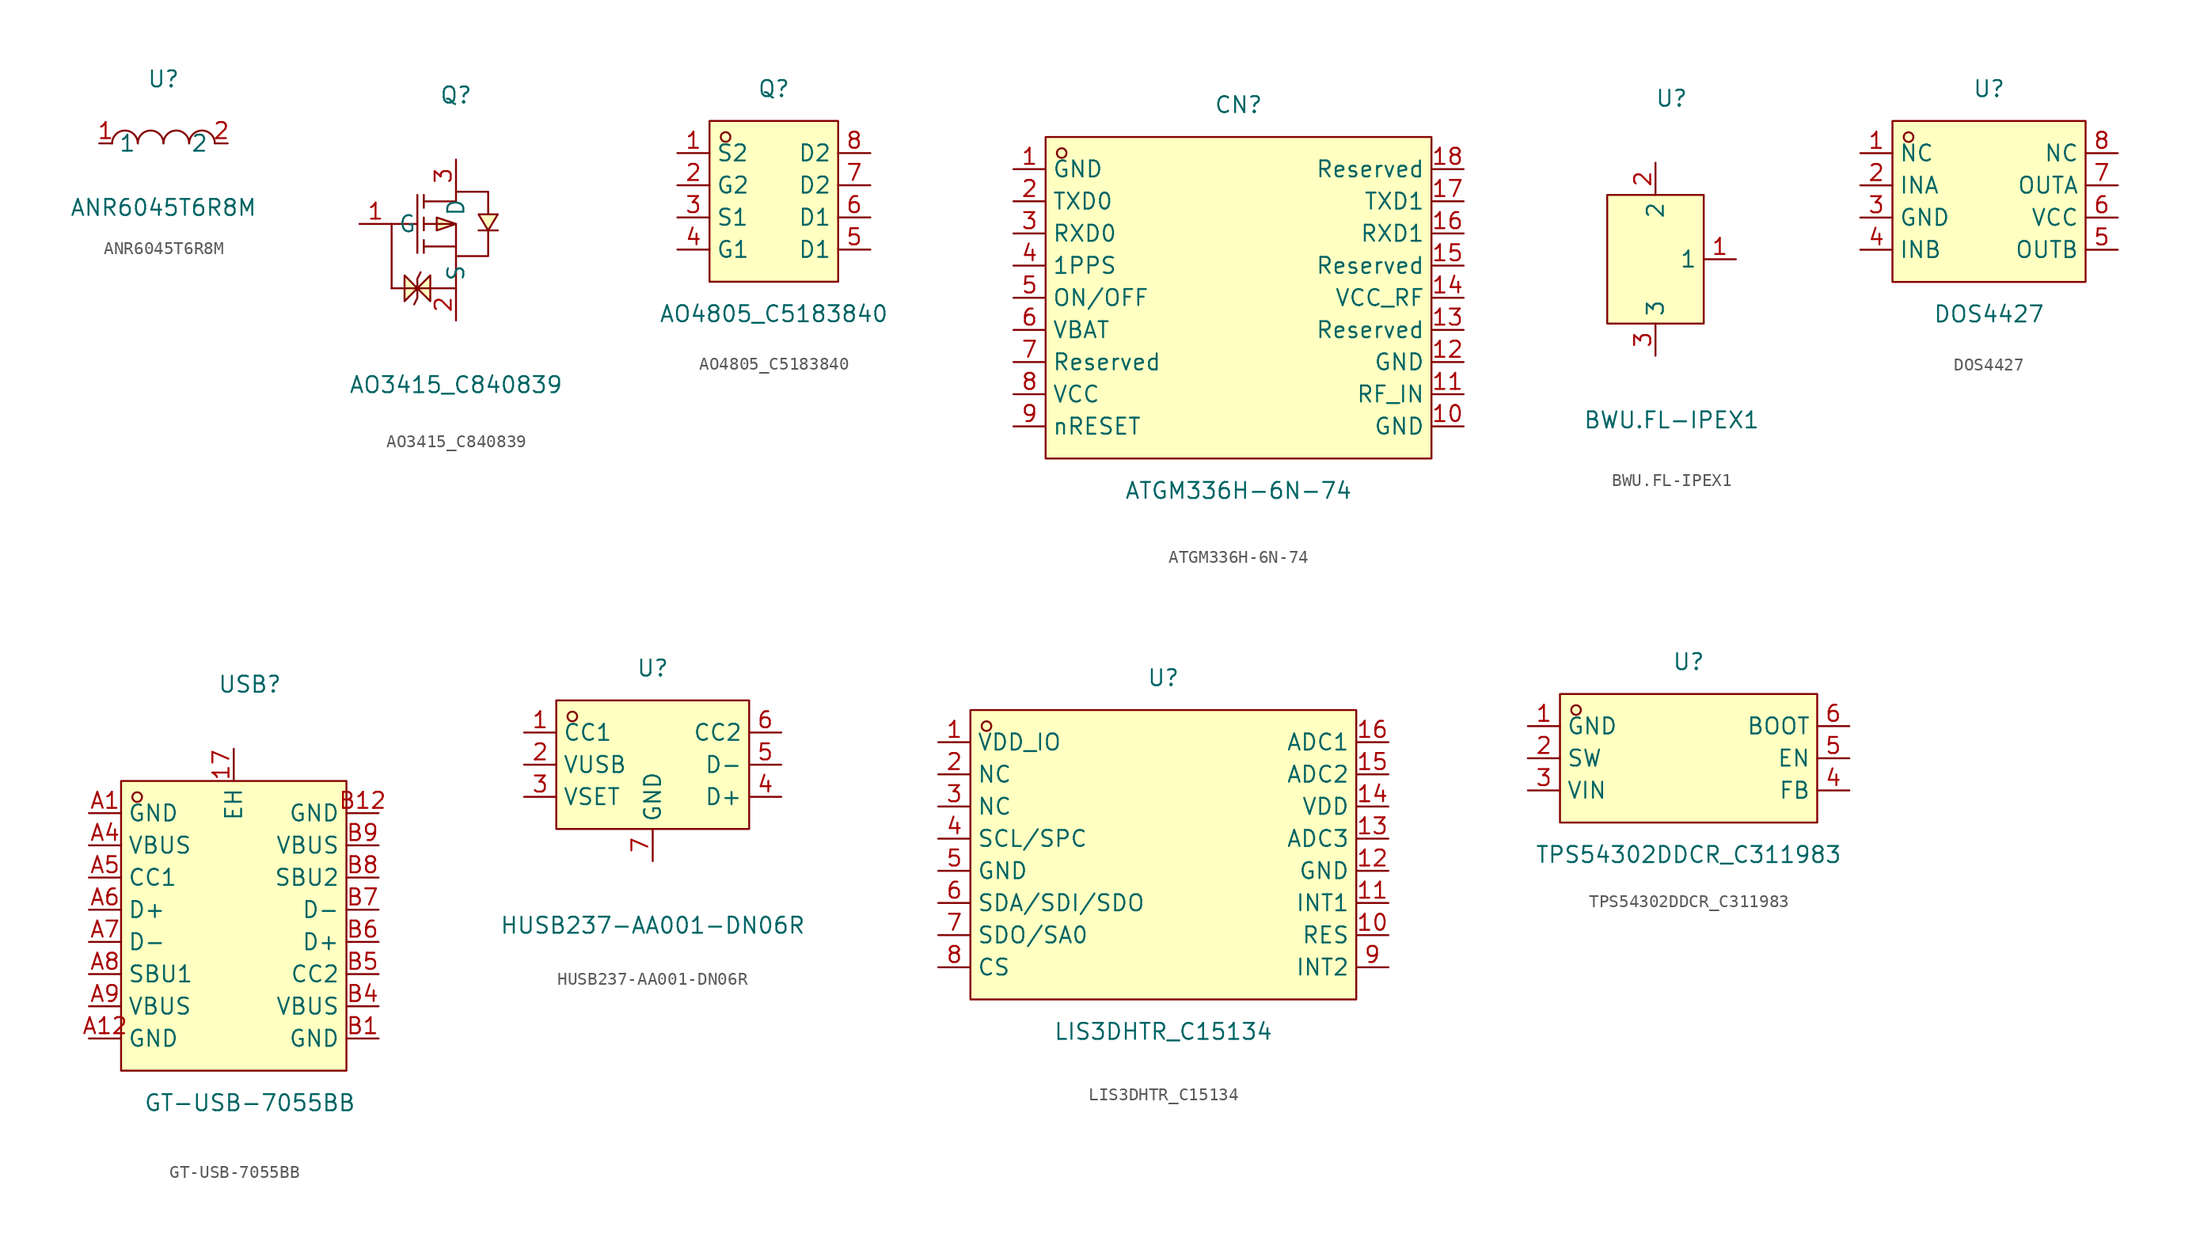
<source format=kicad_sym>
(kicad_symbol_lib
  (version 20211014)
  (generator kicad_symbol_editor)
  (symbol "ANR6045T6R8M"
    (property "Reference" "U"
      (at 0 5.08 0)
      (effects (font (size 1.27 1.27))))
    (property "Value" "ANR6045T6R8M"
      (at 0 -5.08 0)
      (effects (font (size 1.27 1.27))))
    (symbol "ANR6045T6R8M_0_1"
      (arc (start -4.06 -0.01) (mid -2.83 0.99) (end -2.03 0.01) (stroke (width 0) (type default) (color 0 0 0 0)) (fill (type none)))
      (arc (start -2.03 -0.01) (mid -0.80 0.99) (end 0.00 0.01) (stroke (width 0) (type default) (color 0 0 0 0)) (fill (type none)))
      (arc (start 2.03 -0.01) (mid 3.26 0.99) (end 4.06 0.01) (stroke (width 0) (type default) (color 0 0 0 0)) (fill (type none)))
      (arc (start 0.00 -0.01) (mid 1.23 0.99) (end 2.03 0.01) (stroke (width 0) (type default) (color 0 0 0 0)) (fill (type none)))
      (pin unspecified line (at 5.08 -0.00 180) (length 1.016) (name "2" (effects (font (size 1.27 1.27)))) (number "2" (effects (font (size 1.27 1.27)))))
      (pin unspecified line (at -5.08 -0.00 0) (length 1.016) (name "1" (effects (font (size 1.27 1.27)))) (number "1" (effects (font (size 1.27 1.27)))))))
  (symbol "AO3415_C840839"
    (property "Reference" "Q"
      (at 0 10.16 0)
      (effects (font (size 1.27 1.27))))
    (property "Value" "AO3415_C840839"
      (at 0 -12.70 0)
      (effects (font (size 1.27 1.27))))
    (symbol "AO3415_C840839_0_1"
      (polyline (pts (xy 3.30 -0.51) (xy 3.05 -0.51) (xy 2.03 -0.51) (xy 1.78 -0.51)) (stroke (width 0) (type default) (color 0 0 0 0)) (fill (type none)))
      (polyline (pts (xy -2.54 -2.29) (xy -2.54 -1.27)) (stroke (width 0) (type default) (color 0 0 0 0)) (fill (type none)))
      (polyline (pts (xy -2.54 -0.51) (xy -2.54 0.51)) (stroke (width 0) (type default) (color 0 0 0 0)) (fill (type none)))
      (polyline (pts (xy -2.54 1.27) (xy -2.54 2.29)) (stroke (width 0) (type default) (color 0 0 0 0)) (fill (type none)))
      (polyline (pts (xy -3.05 2.29) (xy -3.05 -2.29)) (stroke (width 0) (type default) (color 0 0 0 0)) (fill (type none)))
      (polyline (pts (xy 0.00 -1.78) (xy -2.54 -1.78)) (stroke (width 0) (type default) (color 0 0 0 0)) (fill (type none)))
      (polyline (pts (xy -2.54 -0.00) (xy 0.00 -0.00) (xy 0.00 -2.54)) (stroke (width 0) (type default) (color 0 0 0 0)) (fill (type none)))
      (polyline (pts (xy 0.00 1.78) (xy -2.54 1.78)) (stroke (width 0) (type default) (color 0 0 0 0)) (fill (type none)))
      (polyline (pts (xy 0.00 1.78) (xy 0.00 2.54) (xy 2.54 2.54) (xy 2.54 0.76)) (stroke (width 0) (type default) (color 0 0 0 0)) (fill (type none)))
      (polyline (pts (xy 0.00 -2.54) (xy 2.54 -2.54) (xy 2.54 -0.51)) (stroke (width 0) (type default) (color 0 0 0 0)) (fill (type none)))
      (polyline (pts (xy -5.08 -5.08) (xy -5.08 -0.00)) (stroke (width 0) (type default) (color 0 0 0 0)) (fill (type none)))
      (polyline (pts (xy -5.08 -5.08) (xy 0.00 -5.08)) (stroke (width 0) (type default) (color 0 0 0 0)) (fill (type none)))
      (polyline (pts (xy 0.00 -5.08) (xy 0.00 -2.54)) (stroke (width 0) (type default) (color 0 0 0 0)) (fill (type none)))
      (polyline (pts (xy -3.05 -5.08) (xy -2.03 -6.10) (xy -2.03 -4.06) (xy -3.05 -5.08) (xy -3.05 -5.08)) (stroke (width 0) (type default) (color 0 0 0 0)) (fill (type background)))
      (polyline (pts (xy -3.30 -6.35) (xy -3.05 -5.84) (xy -3.05 -4.32) (xy -2.79 -3.81)) (stroke (width 0) (type default) (color 0 0 0 0)) (fill (type none)))
      (polyline (pts (xy -4.06 -6.10) (xy -4.06 -4.06) (xy -3.05 -5.08) (xy -4.06 -6.10) (xy -4.06 -6.10)) (stroke (width 0) (type default) (color 0 0 0 0)) (fill (type background)))
      (polyline (pts (xy -5.08 -0.00) (xy -3.05 -0.00)) (stroke (width 0) (type default) (color 0 0 0 0)) (fill (type none)))
      (polyline (pts (xy 2.54 -0.51) (xy 3.30 0.76) (xy 1.78 0.76) (xy 2.54 -0.51)) (stroke (width 0) (type default) (color 0 0 0 0)) (fill (type background)))
      (polyline (pts (xy 0.00 -0.00) (xy -1.52 0.51) (xy -1.52 -0.51) (xy 0.00 -0.00)) (stroke (width 0) (type default) (color 0 0 0 0)) (fill (type background)))
      (pin unspecified line (at 0.00 -7.62 90) (length 2.54) (name "S" (effects (font (size 1.27 1.27)))) (number "2" (effects (font (size 1.27 1.27)))))
      (pin unspecified line (at -7.62 -0.00 0) (length 2.54) (name "G" (effects (font (size 1.27 1.27)))) (number "1" (effects (font (size 1.27 1.27)))))
      (pin unspecified line (at 0.00 5.08 270) (length 2.54) (name "D" (effects (font (size 1.27 1.27)))) (number "3" (effects (font (size 1.27 1.27)))))))
  (symbol "AO4805_C5183840"
    (property "Reference" "Q"
      (at 0 8.89 0)
      (effects (font (size 1.27 1.27))))
    (property "Value" "AO4805_C5183840"
      (at 0 -8.89 0)
      (effects (font (size 1.27 1.27))))
    (symbol "AO4805_C5183840_0_1"
      (rectangle (start -5.08 6.35) (end 5.08 -6.35) (stroke (width 0) (type default) (color 0 0 0 0)) (fill (type background)))
      (circle (center -3.81 5.08) (radius 0.38) (stroke (width 0) (type default) (color 0 0 0 0)) (fill (type none)))
      (pin unspecified line (at -7.62 3.81 0) (length 2.54) (name "S2" (effects (font (size 1.27 1.27)))) (number "1" (effects (font (size 1.27 1.27)))))
      (pin unspecified line (at -7.62 1.27 0) (length 2.54) (name "G2" (effects (font (size 1.27 1.27)))) (number "2" (effects (font (size 1.27 1.27)))))
      (pin unspecified line (at -7.62 -1.27 0) (length 2.54) (name "S1" (effects (font (size 1.27 1.27)))) (number "3" (effects (font (size 1.27 1.27)))))
      (pin unspecified line (at -7.62 -3.81 0) (length 2.54) (name "G1" (effects (font (size 1.27 1.27)))) (number "4" (effects (font (size 1.27 1.27)))))
      (pin unspecified line (at 7.62 -3.81 180) (length 2.54) (name "D1" (effects (font (size 1.27 1.27)))) (number "5" (effects (font (size 1.27 1.27)))))
      (pin unspecified line (at 7.62 -1.27 180) (length 2.54) (name "D1" (effects (font (size 1.27 1.27)))) (number "6" (effects (font (size 1.27 1.27)))))
      (pin unspecified line (at 7.62 1.27 180) (length 2.54) (name "D2" (effects (font (size 1.27 1.27)))) (number "7" (effects (font (size 1.27 1.27)))))
      (pin unspecified line (at 7.62 3.81 180) (length 2.54) (name "D2" (effects (font (size 1.27 1.27)))) (number "8" (effects (font (size 1.27 1.27)))))))
  (symbol "ATGM336H-6N-74"
    (property "Reference" "CN"
      (at 0 15.24 0)
      (effects (font (size 1.27 1.27))))
    (property "Value" "ATGM336H-6N-74"
      (at 0 -15.24 0)
      (effects (font (size 1.27 1.27))))
    (symbol "ATGM336H-6N-74_0_1"
      (rectangle (start -15.24 12.70) (end 15.24 -12.70) (stroke (width 0) (type default) (color 0 0 0 0)) (fill (type background)))
      (circle (center -13.97 11.43) (radius 0.38) (stroke (width 0) (type default) (color 0 0 0 0)) (fill (type none)))
      (pin unspecified line (at -17.78 10.16 0) (length 2.54) (name "GND" (effects (font (size 1.27 1.27)))) (number "1" (effects (font (size 1.27 1.27)))))
      (pin unspecified line (at -17.78 7.62 0) (length 2.54) (name "TXD0" (effects (font (size 1.27 1.27)))) (number "2" (effects (font (size 1.27 1.27)))))
      (pin unspecified line (at -17.78 5.08 0) (length 2.54) (name "RXD0" (effects (font (size 1.27 1.27)))) (number "3" (effects (font (size 1.27 1.27)))))
      (pin unspecified line (at -17.78 2.54 0) (length 2.54) (name "1PPS" (effects (font (size 1.27 1.27)))) (number "4" (effects (font (size 1.27 1.27)))))
      (pin unspecified line (at -17.78 -0.00 0) (length 2.54) (name "ON/OFF" (effects (font (size 1.27 1.27)))) (number "5" (effects (font (size 1.27 1.27)))))
      (pin unspecified line (at -17.78 -2.54 0) (length 2.54) (name "VBAT" (effects (font (size 1.27 1.27)))) (number "6" (effects (font (size 1.27 1.27)))))
      (pin unspecified line (at -17.78 -5.08 0) (length 2.54) (name "Reserved" (effects (font (size 1.27 1.27)))) (number "7" (effects (font (size 1.27 1.27)))))
      (pin unspecified line (at -17.78 -7.62 0) (length 2.54) (name "VCC" (effects (font (size 1.27 1.27)))) (number "8" (effects (font (size 1.27 1.27)))))
      (pin unspecified line (at -17.78 -10.16 0) (length 2.54) (name "nRESET" (effects (font (size 1.27 1.27)))) (number "9" (effects (font (size 1.27 1.27)))))
      (pin unspecified line (at 17.78 -10.16 180) (length 2.54) (name "GND" (effects (font (size 1.27 1.27)))) (number "10" (effects (font (size 1.27 1.27)))))
      (pin unspecified line (at 17.78 -7.62 180) (length 2.54) (name "RF_IN" (effects (font (size 1.27 1.27)))) (number "11" (effects (font (size 1.27 1.27)))))
      (pin unspecified line (at 17.78 -5.08 180) (length 2.54) (name "GND" (effects (font (size 1.27 1.27)))) (number "12" (effects (font (size 1.27 1.27)))))
      (pin unspecified line (at 17.78 -2.54 180) (length 2.54) (name "Reserved" (effects (font (size 1.27 1.27)))) (number "13" (effects (font (size 1.27 1.27)))))
      (pin unspecified line (at 17.78 -0.00 180) (length 2.54) (name "VCC_RF" (effects (font (size 1.27 1.27)))) (number "14" (effects (font (size 1.27 1.27)))))
      (pin unspecified line (at 17.78 2.54 180) (length 2.54) (name "Reserved" (effects (font (size 1.27 1.27)))) (number "15" (effects (font (size 1.27 1.27)))))
      (pin unspecified line (at 17.78 5.08 180) (length 2.54) (name "RXD1" (effects (font (size 1.27 1.27)))) (number "16" (effects (font (size 1.27 1.27)))))
      (pin unspecified line (at 17.78 7.62 180) (length 2.54) (name "TXD1" (effects (font (size 1.27 1.27)))) (number "17" (effects (font (size 1.27 1.27)))))
      (pin unspecified line (at 17.78 10.16 180) (length 2.54) (name "Reserved" (effects (font (size 1.27 1.27)))) (number "18" (effects (font (size 1.27 1.27)))))))
  (symbol "BWU.FL-IPEX1"
    (property "Reference" "U"
      (at 0 12.70 0)
      (effects (font (size 1.27 1.27))))
    (property "Value" "BWU.FL-IPEX1"
      (at 0 -12.70 0)
      (effects (font (size 1.27 1.27))))
    (symbol "BWU.FL-IPEX1_0_1"
      (rectangle (start -5.08 5.08) (end 2.54 -5.08) (stroke (width 0) (type default) (color 0 0 0 0)) (fill (type background)))
      (pin unspecified line (at -1.27 7.62 270) (length 2.54) (name "2" (effects (font (size 1.27 1.27)))) (number "2" (effects (font (size 1.27 1.27)))))
      (pin unspecified line (at -1.27 -7.62 90) (length 2.54) (name "3" (effects (font (size 1.27 1.27)))) (number "3" (effects (font (size 1.27 1.27)))))
      (pin unspecified line (at 5.08 -0.00 180) (length 2.54) (name "1" (effects (font (size 1.27 1.27)))) (number "1" (effects (font (size 1.27 1.27)))))))
  (symbol "DOS4427"
    (property "Reference" "U"
      (at 0 8.89 0)
      (effects (font (size 1.27 1.27))))
    (property "Value" "DOS4427"
      (at 0 -8.89 0)
      (effects (font (size 1.27 1.27))))
    (symbol "DOS4427_0_1"
      (rectangle (start -7.62 6.35) (end 7.62 -6.35) (stroke (width 0) (type default) (color 0 0 0 0)) (fill (type background)))
      (circle (center -6.35 5.08) (radius 0.38) (stroke (width 0) (type default) (color 0 0 0 0)) (fill (type none)))
      (pin unspecified line (at -10.16 3.81 0) (length 2.54) (name "NC" (effects (font (size 1.27 1.27)))) (number "1" (effects (font (size 1.27 1.27)))))
      (pin unspecified line (at -10.16 1.27 0) (length 2.54) (name "INA" (effects (font (size 1.27 1.27)))) (number "2" (effects (font (size 1.27 1.27)))))
      (pin unspecified line (at -10.16 -1.27 0) (length 2.54) (name "GND" (effects (font (size 1.27 1.27)))) (number "3" (effects (font (size 1.27 1.27)))))
      (pin unspecified line (at -10.16 -3.81 0) (length 2.54) (name "INB" (effects (font (size 1.27 1.27)))) (number "4" (effects (font (size 1.27 1.27)))))
      (pin unspecified line (at 10.16 -3.81 180) (length 2.54) (name "OUTB" (effects (font (size 1.27 1.27)))) (number "5" (effects (font (size 1.27 1.27)))))
      (pin unspecified line (at 10.16 -1.27 180) (length 2.54) (name "VCC" (effects (font (size 1.27 1.27)))) (number "6" (effects (font (size 1.27 1.27)))))
      (pin unspecified line (at 10.16 1.27 180) (length 2.54) (name "OUTA" (effects (font (size 1.27 1.27)))) (number "7" (effects (font (size 1.27 1.27)))))
      (pin unspecified line (at 10.16 3.81 180) (length 2.54) (name "NC" (effects (font (size 1.27 1.27)))) (number "8" (effects (font (size 1.27 1.27)))))))
  (symbol "GT-USB-7055BB"
    (property "Reference" "USB"
      (at 0 17.78 0)
      (effects (font (size 1.27 1.27))))
    (property "Value" "GT-USB-7055BB"
      (at 0 -15.24 0)
      (effects (font (size 1.27 1.27))))
    (symbol "GT-USB-7055BB_0_1"
      (rectangle (start -10.16 10.16) (end 7.62 -12.70) (stroke (width 0) (type default) (color 0 0 0 0)) (fill (type background)))
      (circle (center -8.89 8.89) (radius 0.38) (stroke (width 0) (type default) (color 0 0 0 0)) (fill (type none)))
      (pin unspecified line (at -12.70 7.62 0) (length 2.54) (name "GND" (effects (font (size 1.27 1.27)))) (number "A1" (effects (font (size 1.27 1.27)))))
      (pin unspecified line (at -12.70 5.08 0) (length 2.54) (name "VBUS" (effects (font (size 1.27 1.27)))) (number "A4" (effects (font (size 1.27 1.27)))))
      (pin unspecified line (at -12.70 2.54 0) (length 2.54) (name "CC1" (effects (font (size 1.27 1.27)))) (number "A5" (effects (font (size 1.27 1.27)))))
      (pin unspecified line (at -12.70 -0.00 0) (length 2.54) (name "D+" (effects (font (size 1.27 1.27)))) (number "A6" (effects (font (size 1.27 1.27)))))
      (pin unspecified line (at -12.70 -2.54 0) (length 2.54) (name "D-" (effects (font (size 1.27 1.27)))) (number "A7" (effects (font (size 1.27 1.27)))))
      (pin unspecified line (at -12.70 -5.08 0) (length 2.54) (name "SBU1" (effects (font (size 1.27 1.27)))) (number "A8" (effects (font (size 1.27 1.27)))))
      (pin unspecified line (at -12.70 -7.62 0) (length 2.54) (name "VBUS" (effects (font (size 1.27 1.27)))) (number "A9" (effects (font (size 1.27 1.27)))))
      (pin unspecified line (at -12.70 -10.16 0) (length 2.54) (name "GND" (effects (font (size 1.27 1.27)))) (number "A12" (effects (font (size 1.27 1.27)))))
      (pin unspecified line (at 10.16 -10.16 180) (length 2.54) (name "GND" (effects (font (size 1.27 1.27)))) (number "B1" (effects (font (size 1.27 1.27)))))
      (pin unspecified line (at 10.16 -7.62 180) (length 2.54) (name "VBUS" (effects (font (size 1.27 1.27)))) (number "B4" (effects (font (size 1.27 1.27)))))
      (pin unspecified line (at 10.16 -5.08 180) (length 2.54) (name "CC2" (effects (font (size 1.27 1.27)))) (number "B5" (effects (font (size 1.27 1.27)))))
      (pin unspecified line (at 10.16 -2.54 180) (length 2.54) (name "D+" (effects (font (size 1.27 1.27)))) (number "B6" (effects (font (size 1.27 1.27)))))
      (pin unspecified line (at 10.16 -0.00 180) (length 2.54) (name "D-" (effects (font (size 1.27 1.27)))) (number "B7" (effects (font (size 1.27 1.27)))))
      (pin unspecified line (at 10.16 2.54 180) (length 2.54) (name "SBU2" (effects (font (size 1.27 1.27)))) (number "B8" (effects (font (size 1.27 1.27)))))
      (pin unspecified line (at 10.16 5.08 180) (length 2.54) (name "VBUS" (effects (font (size 1.27 1.27)))) (number "B9" (effects (font (size 1.27 1.27)))))
      (pin unspecified line (at 10.16 7.62 180) (length 2.54) (name "GND" (effects (font (size 1.27 1.27)))) (number "B12" (effects (font (size 1.27 1.27)))))
      (pin unspecified line (at -1.27 12.70 270) (length 2.54) (name "EH" (effects (font (size 1.27 1.27)))) (number "17" (effects (font (size 1.27 1.27)))))))
  (symbol "HUSB237-AA001-DN06R"
    (property "Reference" "U"
      (at 0 7.62 0)
      (effects (font (size 1.27 1.27))))
    (property "Value" "HUSB237-AA001-DN06R"
      (at 0 -12.70 0)
      (effects (font (size 1.27 1.27))))
    (symbol "HUSB237-AA001-DN06R_0_1"
      (rectangle (start -7.62 5.08) (end 7.62 -5.08) (stroke (width 0) (type default) (color 0 0 0 0)) (fill (type background)))
      (circle (center -6.35 3.81) (radius 0.38) (stroke (width 0) (type default) (color 0 0 0 0)) (fill (type none)))
      (pin unspecified line (at -10.16 2.54 0) (length 2.54) (name "CC1" (effects (font (size 1.27 1.27)))) (number "1" (effects (font (size 1.27 1.27)))))
      (pin unspecified line (at -10.16 -0.00 0) (length 2.54) (name "VUSB" (effects (font (size 1.27 1.27)))) (number "2" (effects (font (size 1.27 1.27)))))
      (pin unspecified line (at -10.16 -2.54 0) (length 2.54) (name "VSET" (effects (font (size 1.27 1.27)))) (number "3" (effects (font (size 1.27 1.27)))))
      (pin unspecified line (at 10.16 -2.54 180) (length 2.54) (name "D+" (effects (font (size 1.27 1.27)))) (number "4" (effects (font (size 1.27 1.27)))))
      (pin unspecified line (at 10.16 -0.00 180) (length 2.54) (name "D-" (effects (font (size 1.27 1.27)))) (number "5" (effects (font (size 1.27 1.27)))))
      (pin unspecified line (at 10.16 2.54 180) (length 2.54) (name "CC2" (effects (font (size 1.27 1.27)))) (number "6" (effects (font (size 1.27 1.27)))))
      (pin unspecified line (at 0.00 -7.62 90) (length 2.54) (name "GND" (effects (font (size 1.27 1.27)))) (number "7" (effects (font (size 1.27 1.27)))))))
  (symbol "LIS3DHTR_C15134"
    (property "Reference" "U"
      (at 0 13.97 0)
      (effects (font (size 1.27 1.27))))
    (property "Value" "LIS3DHTR_C15134"
      (at 0 -13.97 0)
      (effects (font (size 1.27 1.27))))
    (symbol "LIS3DHTR_C15134_0_1"
      (rectangle (start -15.24 11.43) (end 15.24 -11.43) (stroke (width 0) (type default) (color 0 0 0 0)) (fill (type background)))
      (circle (center -13.97 10.16) (radius 0.38) (stroke (width 0) (type default) (color 0 0 0 0)) (fill (type none)))
      (pin unspecified line (at -17.78 8.89 0) (length 2.54) (name "VDD_IO" (effects (font (size 1.27 1.27)))) (number "1" (effects (font (size 1.27 1.27)))))
      (pin unspecified line (at -17.78 6.35 0) (length 2.54) (name "NC" (effects (font (size 1.27 1.27)))) (number "2" (effects (font (size 1.27 1.27)))))
      (pin unspecified line (at -17.78 3.81 0) (length 2.54) (name "NC" (effects (font (size 1.27 1.27)))) (number "3" (effects (font (size 1.27 1.27)))))
      (pin unspecified line (at -17.78 1.27 0) (length 2.54) (name "SCL/SPC" (effects (font (size 1.27 1.27)))) (number "4" (effects (font (size 1.27 1.27)))))
      (pin unspecified line (at -17.78 -1.27 0) (length 2.54) (name "GND" (effects (font (size 1.27 1.27)))) (number "5" (effects (font (size 1.27 1.27)))))
      (pin unspecified line (at -17.78 -3.81 0) (length 2.54) (name "SDA/SDI/SDO" (effects (font (size 1.27 1.27)))) (number "6" (effects (font (size 1.27 1.27)))))
      (pin unspecified line (at -17.78 -6.35 0) (length 2.54) (name "SDO/SA0" (effects (font (size 1.27 1.27)))) (number "7" (effects (font (size 1.27 1.27)))))
      (pin unspecified line (at -17.78 -8.89 0) (length 2.54) (name "CS" (effects (font (size 1.27 1.27)))) (number "8" (effects (font (size 1.27 1.27)))))
      (pin unspecified line (at 17.78 -8.89 180) (length 2.54) (name "INT2" (effects (font (size 1.27 1.27)))) (number "9" (effects (font (size 1.27 1.27)))))
      (pin unspecified line (at 17.78 -6.35 180) (length 2.54) (name "RES" (effects (font (size 1.27 1.27)))) (number "10" (effects (font (size 1.27 1.27)))))
      (pin unspecified line (at 17.78 -3.81 180) (length 2.54) (name "INT1" (effects (font (size 1.27 1.27)))) (number "11" (effects (font (size 1.27 1.27)))))
      (pin unspecified line (at 17.78 -1.27 180) (length 2.54) (name "GND" (effects (font (size 1.27 1.27)))) (number "12" (effects (font (size 1.27 1.27)))))
      (pin unspecified line (at 17.78 1.27 180) (length 2.54) (name "ADC3" (effects (font (size 1.27 1.27)))) (number "13" (effects (font (size 1.27 1.27)))))
      (pin unspecified line (at 17.78 3.81 180) (length 2.54) (name "VDD" (effects (font (size 1.27 1.27)))) (number "14" (effects (font (size 1.27 1.27)))))
      (pin unspecified line (at 17.78 6.35 180) (length 2.54) (name "ADC2" (effects (font (size 1.27 1.27)))) (number "15" (effects (font (size 1.27 1.27)))))
      (pin unspecified line (at 17.78 8.89 180) (length 2.54) (name "ADC1" (effects (font (size 1.27 1.27)))) (number "16" (effects (font (size 1.27 1.27)))))))
  (symbol "TPS54302DDCR_C311983"
    (property "Reference" "U"
      (at 0 7.62 0)
      (effects (font (size 1.27 1.27))))
    (property "Value" "TPS54302DDCR_C311983"
      (at 0 -7.62 0)
      (effects (font (size 1.27 1.27))))
    (symbol "TPS54302DDCR_C311983_0_1"
      (rectangle (start -10.16 5.08) (end 10.16 -5.08) (stroke (width 0) (type default) (color 0 0 0 0)) (fill (type background)))
      (circle (center -8.89 3.81) (radius 0.38) (stroke (width 0) (type default) (color 0 0 0 0)) (fill (type none)))
      (pin unspecified line (at -12.70 2.54 0) (length 2.54) (name "GND" (effects (font (size 1.27 1.27)))) (number "1" (effects (font (size 1.27 1.27)))))
      (pin unspecified line (at -12.70 -0.00 0) (length 2.54) (name "SW" (effects (font (size 1.27 1.27)))) (number "2" (effects (font (size 1.27 1.27)))))
      (pin unspecified line (at -12.70 -2.54 0) (length 2.54) (name "VIN" (effects (font (size 1.27 1.27)))) (number "3" (effects (font (size 1.27 1.27)))))
      (pin unspecified line (at 12.70 -2.54 180) (length 2.54) (name "FB" (effects (font (size 1.27 1.27)))) (number "4" (effects (font (size 1.27 1.27)))))
      (pin unspecified line (at 12.70 -0.00 180) (length 2.54) (name "EN" (effects (font (size 1.27 1.27)))) (number "5" (effects (font (size 1.27 1.27)))))
      (pin unspecified line (at 12.70 2.54 180) (length 2.54) (name "BOOT" (effects (font (size 1.27 1.27)))) (number "6" (effects (font (size 1.27 1.27))))))))
</source>
